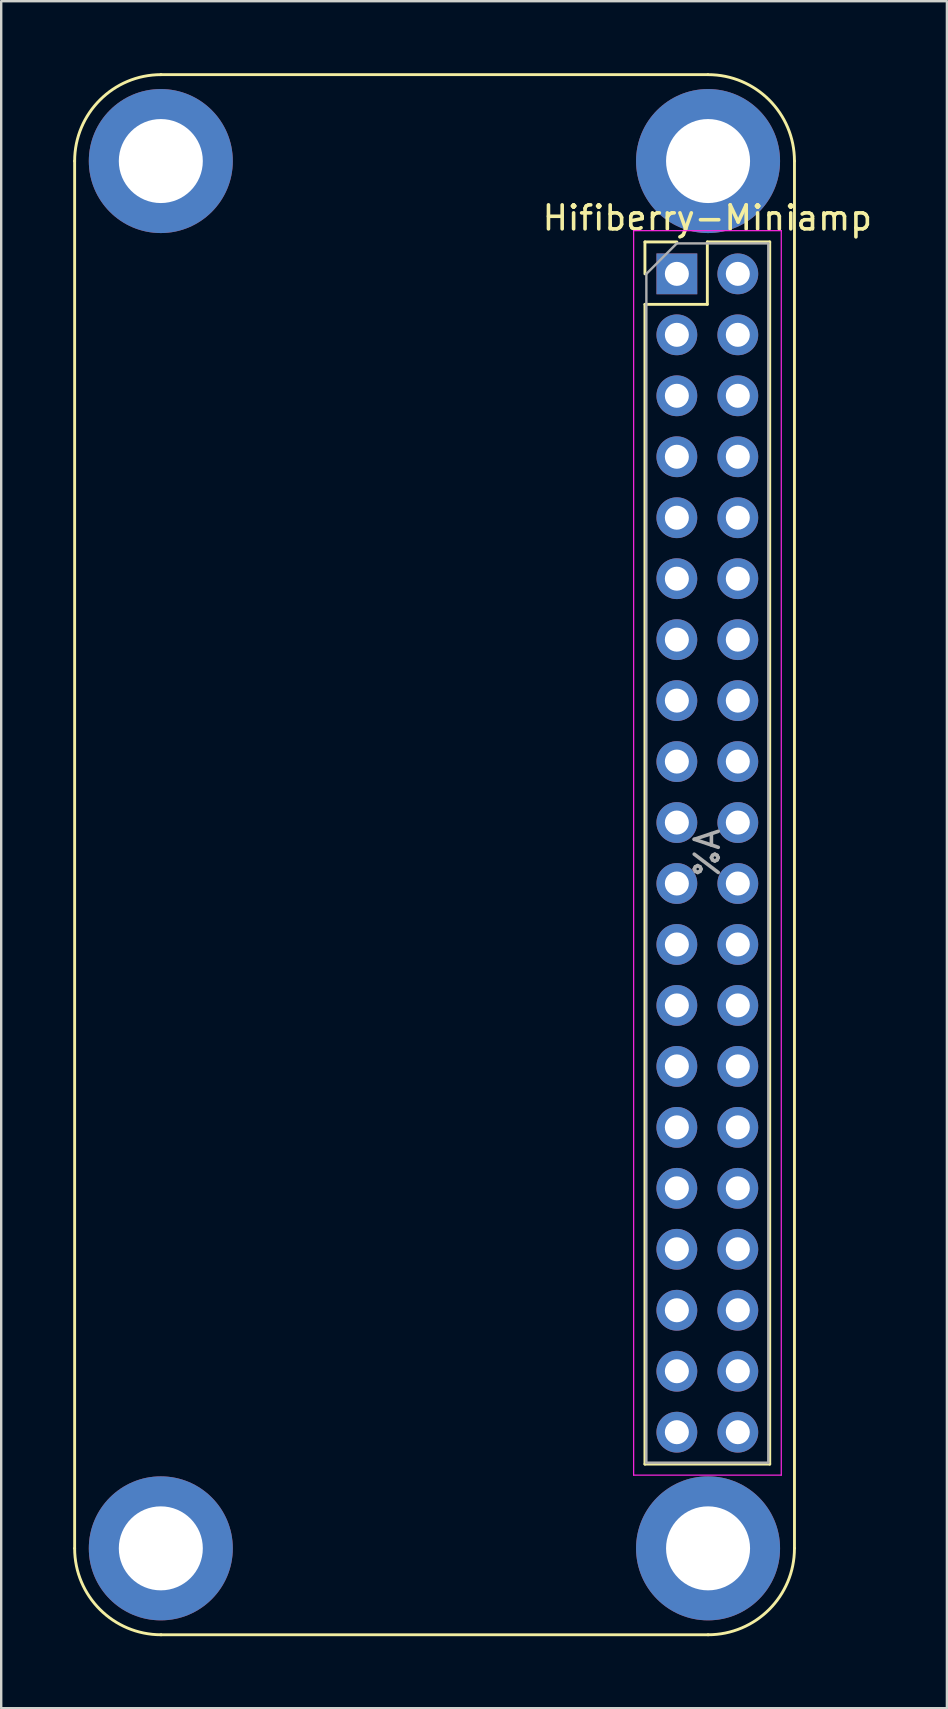
<source format=kicad_pcb>
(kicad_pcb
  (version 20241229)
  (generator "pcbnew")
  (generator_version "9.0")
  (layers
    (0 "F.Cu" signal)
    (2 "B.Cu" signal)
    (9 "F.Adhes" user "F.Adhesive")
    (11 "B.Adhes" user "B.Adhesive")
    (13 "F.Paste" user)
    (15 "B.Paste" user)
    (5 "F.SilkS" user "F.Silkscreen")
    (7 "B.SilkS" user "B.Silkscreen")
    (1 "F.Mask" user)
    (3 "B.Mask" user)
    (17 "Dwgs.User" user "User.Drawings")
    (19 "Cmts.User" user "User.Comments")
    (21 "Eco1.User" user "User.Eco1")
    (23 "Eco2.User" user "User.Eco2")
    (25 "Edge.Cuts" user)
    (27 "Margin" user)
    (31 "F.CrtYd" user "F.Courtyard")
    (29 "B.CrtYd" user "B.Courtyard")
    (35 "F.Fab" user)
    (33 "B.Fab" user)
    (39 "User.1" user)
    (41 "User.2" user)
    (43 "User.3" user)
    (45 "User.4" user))
  (footprint "Hifiberry-Miniamp"
    (layer "F.Cu")
    (at 25.15 8.36)
    (property "Reference" "Hifiberry-Miniamp" (at 1.27 -2.33 0) (layer "F.SilkS") (effects (font (size 1 1) (thickness 0.15))))
    (attr through_hole)
    (fp_line (start -25.09 53.1) (end -25.09 -4.7) (stroke (width 0.12) (type solid)) (layer "F.SilkS"))
    (fp_line (start -21.5 -8.3) (end 1.29 -8.3) (stroke (width 0.12) (type solid)) (layer "F.SilkS"))
    (fp_line (start -1.33 -1.33) (end 0 -1.33) (stroke (width 0.12) (type solid)) (layer "F.SilkS"))
    (fp_line (start -1.33 0) (end -1.33 -1.33) (stroke (width 0.12) (type solid)) (layer "F.SilkS"))
    (fp_line (start -1.33 1.27) (end -1.33 49.59) (stroke (width 0.12) (type solid)) (layer "F.SilkS"))
    (fp_line (start -1.33 1.27) (end 1.27 1.27) (stroke (width 0.12) (type solid)) (layer "F.SilkS"))
    (fp_line (start -1.33 49.59) (end 3.87 49.59) (stroke (width 0.12) (type solid)) (layer "F.SilkS"))
    (fp_line (start 1.27 -1.33) (end 3.87 -1.33) (stroke (width 0.12) (type solid)) (layer "F.SilkS"))
    (fp_line (start 1.27 1.27) (end 1.27 -1.33) (stroke (width 0.12) (type solid)) (layer "F.SilkS"))
    (fp_line (start 1.3 56.7) (end -21.49 56.7) (stroke (width 0.12) (type solid)) (layer "F.SilkS"))
    (fp_line (start 3.87 -1.33) (end 3.87 49.59) (stroke (width 0.12) (type solid)) (layer "F.SilkS"))
    (fp_line (start 4.9 -4.7) (end 4.9 53.09) (stroke (width 0.12) (type solid)) (layer "F.SilkS"))
    (fp_arc (start -25.09 -4.7) (mid -24.035584 -7.245584) (end -21.49 -8.3) (stroke (width 0.12) (type solid)) (layer "F.SilkS"))
    (fp_arc (start -21.49 56.7) (mid -24.035584 55.645584) (end -25.09 53.1) (stroke (width 0.12) (type solid)) (layer "F.SilkS"))
    (fp_arc (start 1.3 -8.3) (mid 3.845584 -7.245584) (end 4.9 -4.7) (stroke (width 0.12) (type solid)) (layer "F.SilkS"))
    (fp_arc (start 4.9 53.1) (mid 3.845584 55.645584) (end 1.3 56.7) (stroke (width 0.12) (type solid)) (layer "F.SilkS"))
    (fp_line (start -1.8 -1.8) (end -1.8 50.05) (stroke (width 0.05) (type solid)) (layer "F.CrtYd"))
    (fp_line (start -1.8 50.05) (end 4.35 50.05) (stroke (width 0.05) (type solid)) (layer "F.CrtYd"))
    (fp_line (start 4.35 -1.8) (end -1.8 -1.8) (stroke (width 0.05) (type solid)) (layer "F.CrtYd"))
    (fp_line (start 4.35 50.05) (end 4.35 -1.8) (stroke (width 0.05) (type solid)) (layer "F.CrtYd"))
    (fp_line (start -1.27 0) (end 0 -1.27) (stroke (width 0.1) (type solid)) (layer "F.Fab"))
    (fp_line (start -1.27 49.53) (end -1.27 0) (stroke (width 0.1) (type solid)) (layer "F.Fab"))
    (fp_line (start 0 -1.27) (end 3.81 -1.27) (stroke (width 0.1) (type solid)) (layer "F.Fab"))
    (fp_line (start 3.81 -1.27) (end 3.81 49.53) (stroke (width 0.1) (type solid)) (layer "F.Fab"))
    (fp_line (start 3.81 49.53) (end -1.27 49.53) (stroke (width 0.1) (type solid)) (layer "F.Fab"))
    (fp_text user "%A" (at 1.27 24.13 90) (layer "F.Fab") (effects (font (size 1 1) (thickness 0.15))))
    (pad "" thru_hole circle (at -21.5 -4.7) (size 6 6) (drill 3.5) (layers "*.Cu" "*.Mask"))
    (pad "" thru_hole circle (at -21.5 53.1) (size 6 6) (drill 3.5) (layers "*.Cu" "*.Mask"))
    (pad "" thru_hole circle (at 1.3 -4.7) (size 6 6) (drill 3.5) (layers "*.Cu" "*.Mask"))
    (pad "" thru_hole circle (at 1.3 53.1) (size 6 6) (drill 3.5) (layers "*.Cu" "*.Mask"))
    (pad "1" thru_hole rect (at 0 0) (size 1.7 1.7) (drill 1) (layers "*.Cu" "*.Mask"))
    (pad "2" thru_hole oval (at 2.54 0) (size 1.7 1.7) (drill 1) (layers "*.Cu" "*.Mask"))
    (pad "3" thru_hole oval (at 0 2.54) (size 1.7 1.7) (drill 1) (layers "*.Cu" "*.Mask"))
    (pad "4" thru_hole oval (at 2.54 2.54) (size 1.7 1.7) (drill 1) (layers "*.Cu" "*.Mask"))
    (pad "5" thru_hole oval (at 0 5.08) (size 1.7 1.7) (drill 1) (layers "*.Cu" "*.Mask"))
    (pad "6" thru_hole oval (at 2.54 5.08) (size 1.7 1.7) (drill 1) (layers "*.Cu" "*.Mask"))
    (pad "7" thru_hole oval (at 0 7.62) (size 1.7 1.7) (drill 1) (layers "*.Cu" "*.Mask"))
    (pad "8" thru_hole oval (at 2.54 7.62) (size 1.7 1.7) (drill 1) (layers "*.Cu" "*.Mask"))
    (pad "9" thru_hole oval (at 0 10.16) (size 1.7 1.7) (drill 1) (layers "*.Cu" "*.Mask"))
    (pad "10" thru_hole oval (at 2.54 10.16) (size 1.7 1.7) (drill 1) (layers "*.Cu" "*.Mask"))
    (pad "11" thru_hole oval (at 0 12.7) (size 1.7 1.7) (drill 1) (layers "*.Cu" "*.Mask"))
    (pad "12" thru_hole oval (at 2.54 12.7) (size 1.7 1.7) (drill 1) (layers "*.Cu" "*.Mask"))
    (pad "13" thru_hole oval (at 0 15.24) (size 1.7 1.7) (drill 1) (layers "*.Cu" "*.Mask"))
    (pad "14" thru_hole oval (at 2.54 15.24) (size 1.7 1.7) (drill 1) (layers "*.Cu" "*.Mask"))
    (pad "15" thru_hole oval (at 0 17.78) (size 1.7 1.7) (drill 1) (layers "*.Cu" "*.Mask"))
    (pad "16" thru_hole oval (at 2.54 17.78) (size 1.7 1.7) (drill 1) (layers "*.Cu" "*.Mask"))
    (pad "17" thru_hole oval (at 0 20.32) (size 1.7 1.7) (drill 1) (layers "*.Cu" "*.Mask"))
    (pad "18" thru_hole oval (at 2.54 20.32) (size 1.7 1.7) (drill 1) (layers "*.Cu" "*.Mask"))
    (pad "19" thru_hole oval (at 0 22.86) (size 1.7 1.7) (drill 1) (layers "*.Cu" "*.Mask"))
    (pad "20" thru_hole oval (at 2.54 22.86) (size 1.7 1.7) (drill 1) (layers "*.Cu" "*.Mask"))
    (pad "21" thru_hole oval (at 0 25.4) (size 1.7 1.7) (drill 1) (layers "*.Cu" "*.Mask"))
    (pad "22" thru_hole oval (at 2.54 25.4) (size 1.7 1.7) (drill 1) (layers "*.Cu" "*.Mask"))
    (pad "23" thru_hole oval (at 0 27.94) (size 1.7 1.7) (drill 1) (layers "*.Cu" "*.Mask"))
    (pad "24" thru_hole oval (at 2.54 27.94) (size 1.7 1.7) (drill 1) (layers "*.Cu" "*.Mask"))
    (pad "25" thru_hole oval (at 0 30.48) (size 1.7 1.7) (drill 1) (layers "*.Cu" "*.Mask"))
    (pad "26" thru_hole oval (at 2.54 30.48) (size 1.7 1.7) (drill 1) (layers "*.Cu" "*.Mask"))
    (pad "27" thru_hole oval (at 0 33.02) (size 1.7 1.7) (drill 1) (layers "*.Cu" "*.Mask"))
    (pad "28" thru_hole oval (at 2.54 33.02) (size 1.7 1.7) (drill 1) (layers "*.Cu" "*.Mask"))
    (pad "29" thru_hole oval (at 0 35.56) (size 1.7 1.7) (drill 1) (layers "*.Cu" "*.Mask"))
    (pad "30" thru_hole oval (at 2.54 35.56) (size 1.7 1.7) (drill 1) (layers "*.Cu" "*.Mask"))
    (pad "31" thru_hole oval (at 0 38.1) (size 1.7 1.7) (drill 1) (layers "*.Cu" "*.Mask"))
    (pad "32" thru_hole oval (at 2.54 38.1) (size 1.7 1.7) (drill 1) (layers "*.Cu" "*.Mask"))
    (pad "33" thru_hole oval (at 0 40.64) (size 1.7 1.7) (drill 1) (layers "*.Cu" "*.Mask"))
    (pad "34" thru_hole oval (at 2.54 40.64) (size 1.7 1.7) (drill 1) (layers "*.Cu" "*.Mask"))
    (pad "35" thru_hole oval (at 0 43.18) (size 1.7 1.7) (drill 1) (layers "*.Cu" "*.Mask"))
    (pad "36" thru_hole oval (at 2.54 43.18) (size 1.7 1.7) (drill 1) (layers "*.Cu" "*.Mask"))
    (pad "37" thru_hole oval (at 0 45.72) (size 1.7 1.7) (drill 1) (layers "*.Cu" "*.Mask"))
    (pad "38" thru_hole oval (at 2.54 45.72) (size 1.7 1.7) (drill 1) (layers "*.Cu" "*.Mask"))
    (pad "39" thru_hole oval (at 0 48.26) (size 1.7 1.7) (drill 1) (layers "*.Cu" "*.Mask"))
    (pad "40" thru_hole oval (at 2.54 48.26) (size 1.7 1.7) (drill 1) (layers "*.Cu" "*.Mask")))
  (gr_rect
    (start -3 -3)
    (end 36.402 68.12)
    (stroke (width 0.1) (type default))
    (fill no)
    (layer "Edge.Cuts")))
</source>
